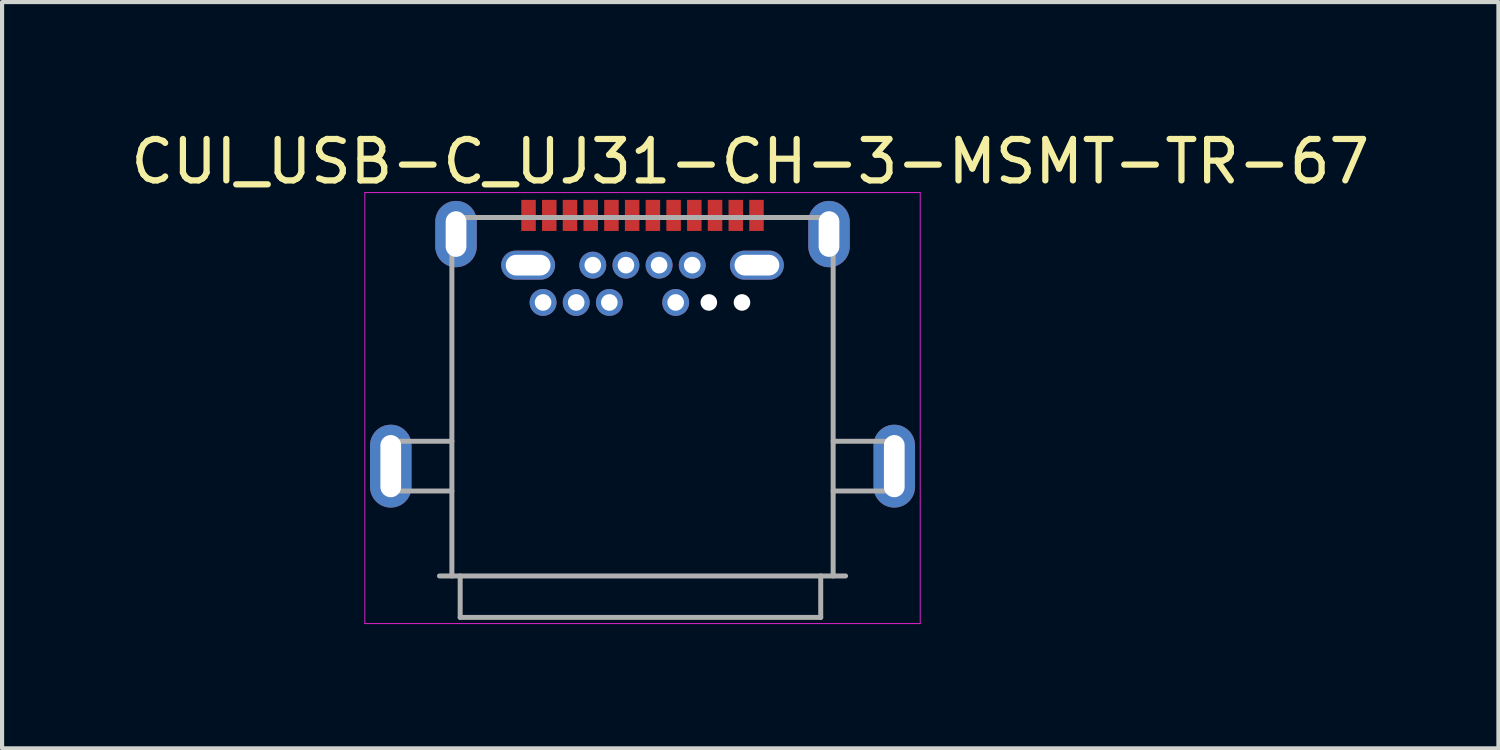
<source format=kicad_pcb>
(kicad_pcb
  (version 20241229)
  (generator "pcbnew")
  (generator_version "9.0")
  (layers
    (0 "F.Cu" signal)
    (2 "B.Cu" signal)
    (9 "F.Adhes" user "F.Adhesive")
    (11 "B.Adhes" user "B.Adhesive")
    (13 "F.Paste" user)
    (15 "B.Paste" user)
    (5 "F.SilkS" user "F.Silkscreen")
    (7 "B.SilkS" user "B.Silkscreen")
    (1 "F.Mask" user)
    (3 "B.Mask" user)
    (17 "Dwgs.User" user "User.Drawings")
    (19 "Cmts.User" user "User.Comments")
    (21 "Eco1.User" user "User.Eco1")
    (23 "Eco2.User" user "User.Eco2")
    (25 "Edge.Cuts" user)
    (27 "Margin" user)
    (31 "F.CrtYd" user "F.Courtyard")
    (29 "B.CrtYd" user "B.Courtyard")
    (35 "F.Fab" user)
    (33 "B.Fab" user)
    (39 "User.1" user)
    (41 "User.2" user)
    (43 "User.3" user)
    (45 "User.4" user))
  (footprint "CUI_USB-C_UJ31-CH-3-MSMT-TR-67"
    (layer "F.Cu")
    (at 12.454 8.198)
    (property "Reference" "CUI_USB-C_UJ31-CH-3-MSMT-TR-67" (at 2.6 -7.35 0) (layer "F.SilkS") (effects (font (size 1 1) (thickness 0.15))))
    (attr through_hole)
    (fp_line (start -4.5 -3.45) (end 4.5 -3.45) (stroke (width 0.12) (type solid)) (layer "Eco1.User"))
    (fp_line (start -4.5 0) (end -4.5 -1.45) (stroke (width 0.12) (type solid)) (layer "Eco1.User"))
    (fp_line (start -4.5 0) (end -4.5 1.25) (stroke (width 0.12) (type solid)) (layer "Eco1.User"))
    (fp_line (start -4.5 1.25) (end -6.75 1.25) (stroke (width 0.12) (type solid)) (layer "Eco1.User"))
    (fp_line (start 4.5 -1.45) (end 4.5 0) (stroke (width 0.12) (type solid)) (layer "Eco1.User"))
    (fp_line (start 4.5 0) (end 4.5 1.25) (stroke (width 0.12) (type solid)) (layer "Eco1.User"))
    (fp_line (start 4.5 1.25) (end 6.75 1.25) (stroke (width 0.12) (type solid)) (layer "Eco1.User"))
    (fp_arc (start -4.5 -1.45) (mid -5.5 -2.45) (end -4.5 -3.45) (stroke (width 0.12) (type solid)) (layer "Eco1.User"))
    (fp_arc (start 4.5 -3.45) (mid 5.5 -2.45) (end 4.5 -1.45) (stroke (width 0.12) (type solid)) (layer "Eco1.User"))
    (fp_line (start -6.7 -6.6) (end 6.7 -6.6) (stroke (width 0.02) (type solid)) (layer "F.CrtYd"))
    (fp_line (start -6.7 3.8) (end -6.7 -6.6) (stroke (width 0.02) (type solid)) (layer "F.CrtYd"))
    (fp_line (start 6.7 -6.6) (end 6.7 3.8) (stroke (width 0.02) (type solid)) (layer "F.CrtYd"))
    (fp_line (start 6.7 3.8) (end -6.7 3.8) (stroke (width 0.02) (type solid)) (layer "F.CrtYd"))
    (fp_line (start -6.1 -0.6) (end -6.1 0.6) (stroke (width 0.12) (type solid)) (layer "F.Fab"))
    (fp_line (start -6.1 -0.6) (end -4.6 -0.6) (stroke (width 0.12) (type solid)) (layer "F.Fab"))
    (fp_line (start -6.1 0.6) (end -4.6 0.6) (stroke (width 0.12) (type solid)) (layer "F.Fab"))
    (fp_line (start -4.9 2.65) (end 4.9 2.65) (stroke (width 0.12) (type solid)) (layer "F.Fab"))
    (fp_line (start -4.6 -6) (end 4.6 -6) (stroke (width 0.12) (type solid)) (layer "F.Fab"))
    (fp_line (start -4.6 2.65) (end -4.6 -6) (stroke (width 0.12) (type solid)) (layer "F.Fab"))
    (fp_line (start -4.4 2.65) (end -4.4 3.65) (stroke (width 0.12) (type solid)) (layer "F.Fab"))
    (fp_line (start 4.3 2.65) (end 4.3 3.65) (stroke (width 0.12) (type solid)) (layer "F.Fab"))
    (fp_line (start 4.3 3.65) (end -4.4 3.65) (stroke (width 0.12) (type solid)) (layer "F.Fab"))
    (fp_line (start 4.6 -6) (end 4.6 2.65) (stroke (width 0.12) (type solid)) (layer "F.Fab"))
    (fp_line (start 4.6 -0.6) (end 6.1 -0.6) (stroke (width 0.12) (type solid)) (layer "F.Fab"))
    (fp_line (start 6.1 -0.6) (end 6.1 0.6) (stroke (width 0.12) (type solid)) (layer "F.Fab"))
    (fp_line (start 6.1 0.6) (end 4.6 0.6) (stroke (width 0.12) (type solid)) (layer "F.Fab"))
    (pad "" np_thru_hole circle (at 1.6 -3.95 90) (size 0.4 0.4) (drill 0.4) (layers "*.Cu" "*.Mask"))
    (pad "" np_thru_hole circle (at 2.4 -3.95 90) (size 0.4 0.4) (drill 0.4) (layers "*.Cu" "*.Mask"))
    (pad "A1" smd rect (at -2.75 -6.05 90) (size 0.75 0.35) (layers "F.Cu" "F.Mask" "F.Paste"))
    (pad "A2" smd rect (at -2.25 -6.05 90) (size 0.75 0.35) (layers "F.Cu" "F.Mask" "F.Paste"))
    (pad "A3" smd rect (at -1.75 -6.05 90) (size 0.75 0.35) (layers "F.Cu" "F.Mask" "F.Paste"))
    (pad "A4" smd rect (at -1.25 -6.05 90) (size 0.75 0.35) (layers "F.Cu" "F.Mask" "F.Paste"))
    (pad "A5" smd rect (at -0.75 -6.05 90) (size 0.75 0.35) (layers "F.Cu" "F.Mask" "F.Paste"))
    (pad "A6" smd rect (at -0.25 -6.05 90) (size 0.75 0.35) (layers "F.Cu" "F.Mask" "F.Paste"))
    (pad "A7" smd rect (at 0.25 -6.05 90) (size 0.75 0.35) (layers "F.Cu" "F.Mask" "F.Paste"))
    (pad "A8" smd rect (at 0.75 -6.05 90) (size 0.75 0.35) (layers "F.Cu" "F.Mask" "F.Paste"))
    (pad "A9" smd rect (at 1.25 -6.05 90) (size 0.75 0.35) (layers "F.Cu" "F.Mask" "F.Paste"))
    (pad "A10" smd rect (at 1.75 -6.05 90) (size 0.75 0.35) (layers "F.Cu" "F.Mask" "F.Paste"))
    (pad "A11" smd rect (at 2.25 -6.05 90) (size 0.75 0.35) (layers "F.Cu" "F.Mask" "F.Paste"))
    (pad "A12" smd rect (at 2.75 -6.05 90) (size 0.75 0.35) (layers "F.Cu" "F.Mask" "F.Paste"))
    (pad "B1" thru_hole oval (at 2.76 -4.85 90) (size 0.7 1.3) (drill oval 0.5 1.08) (layers "*.Cu" "*.Mask"))
    (pad "B4" thru_hole circle (at 1.2 -4.85 90) (size 0.65 0.65) (drill 0.4) (layers "*.Cu" "*.Mask"))
    (pad "B5" thru_hole circle (at 0.8 -3.95 90) (size 0.65 0.65) (drill 0.4) (layers "*.Cu" "*.Mask"))
    (pad "B6" thru_hole circle (at 0.4 -4.85 90) (size 0.65 0.65) (drill 0.4) (layers "*.Cu" "*.Mask"))
    (pad "B7" thru_hole circle (at -0.4 -4.85 90) (size 0.65 0.65) (drill 0.4) (layers "*.Cu" "*.Mask"))
    (pad "B8" thru_hole circle (at -0.8 -3.95 90) (size 0.65 0.65) (drill 0.4) (layers "*.Cu" "*.Mask"))
    (pad "B9" thru_hole circle (at -1.2 -4.85 90) (size 0.65 0.65) (drill 0.4) (layers "*.Cu" "*.Mask"))
    (pad "B10" thru_hole circle (at -1.6 -3.95 90) (size 0.65 0.65) (drill 0.4) (layers "*.Cu" "*.Mask"))
    (pad "B11" thru_hole circle (at -2.4 -3.95 90) (size 0.65 0.65) (drill 0.4) (layers "*.Cu" "*.Mask"))
    (pad "B12" thru_hole oval (at -2.76 -4.85 90) (size 0.7 1.3) (drill oval 0.5 1.08) (layers "*.Cu" "*.Mask"))
    (pad "S1" thru_hole oval (at -6.075 0) (size 1 2) (drill oval 0.5 1.5) (layers "*.Cu" "*.Mask"))
    (pad "S1" thru_hole oval (at -4.5 -5.6) (size 1 1.6) (drill oval 0.5 1.1) (layers "*.Cu" "*.Mask"))
    (pad "S1" thru_hole oval (at 4.5 -5.6) (size 1 1.6) (drill oval 0.5 1.1) (layers "*.Cu" "*.Mask"))
    (pad "S1" thru_hole oval (at 6.075 0) (size 1 2) (drill oval 0.5 1.5) (layers "*.Cu" "*.Mask")))
  (gr_rect
    (start -3 -3)
    (end 33.107 15.008)
    (stroke (width 0.1) (type default))
    (fill no)
    (layer "Edge.Cuts")))
</source>
